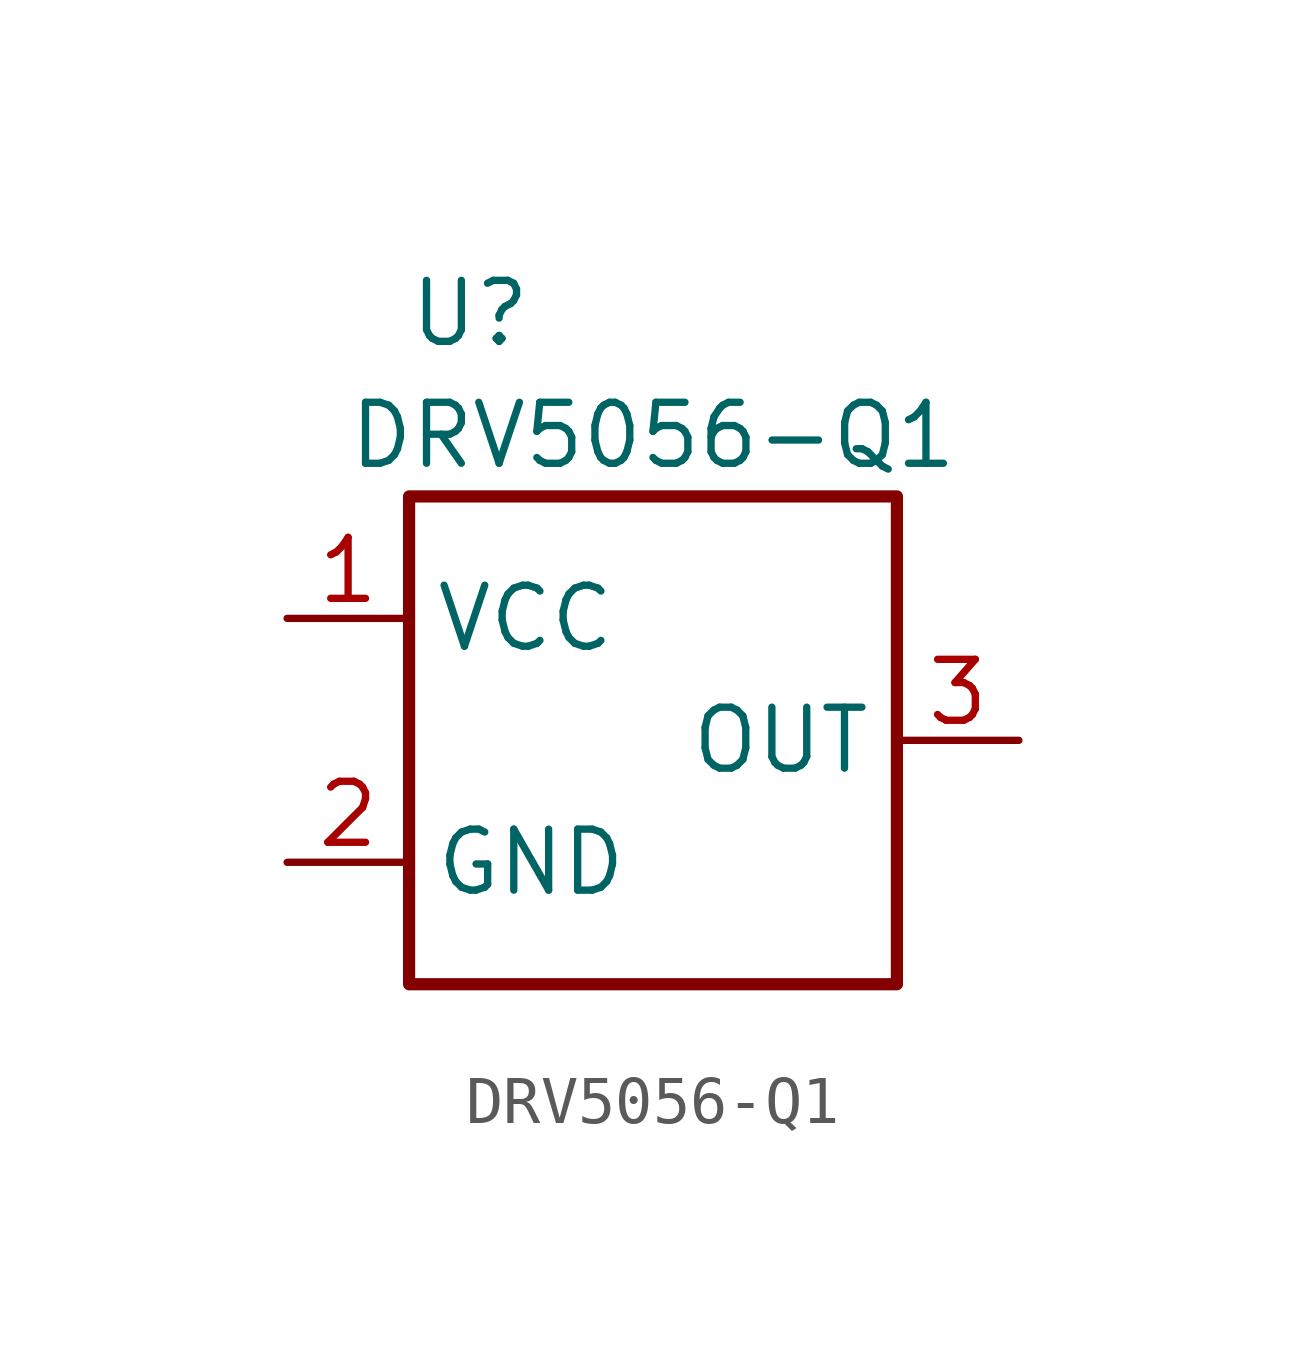
<source format=kicad_sym>
(kicad_symbol_lib
  (version 20211014)
  (generator kicad_symbol_editor)
  (symbol "DRV5056-Q1"
    (property "Reference" "U"
      (at -3.81 8.89 0)
      (effects (font (size 1.27 1.27))))
    (property "Value" "DRV5056-Q1"
      (at 0 6.35 0)
      (effects (font (size 1.27 1.27))))
    (symbol "DRV5056-Q1_0_1"
      (rectangle (start -5.08 5.08) (end 5.08 -5.08) (stroke (width 0.254) (type default) (color 0 0 0 0)) (fill (type none))))
    (symbol "DRV5056-Q1_1_1"
      (pin power_in line (at -7.62 2.54 0) (length 2.54) (name "VCC" (effects (font (size 1.27 1.27)))) (number "1" (effects (font (size 1.27 1.27)))))
      (pin power_in line (at -7.62 -2.54 0) (length 2.54) (name "GND" (effects (font (size 1.27 1.27)))) (number "2" (effects (font (size 1.27 1.27)))))
      (pin output line (at 7.62 0 180) (length 2.54) (name "OUT" (effects (font (size 1.27 1.27)))) (number "3" (effects (font (size 1.27 1.27))))))))
</source>
